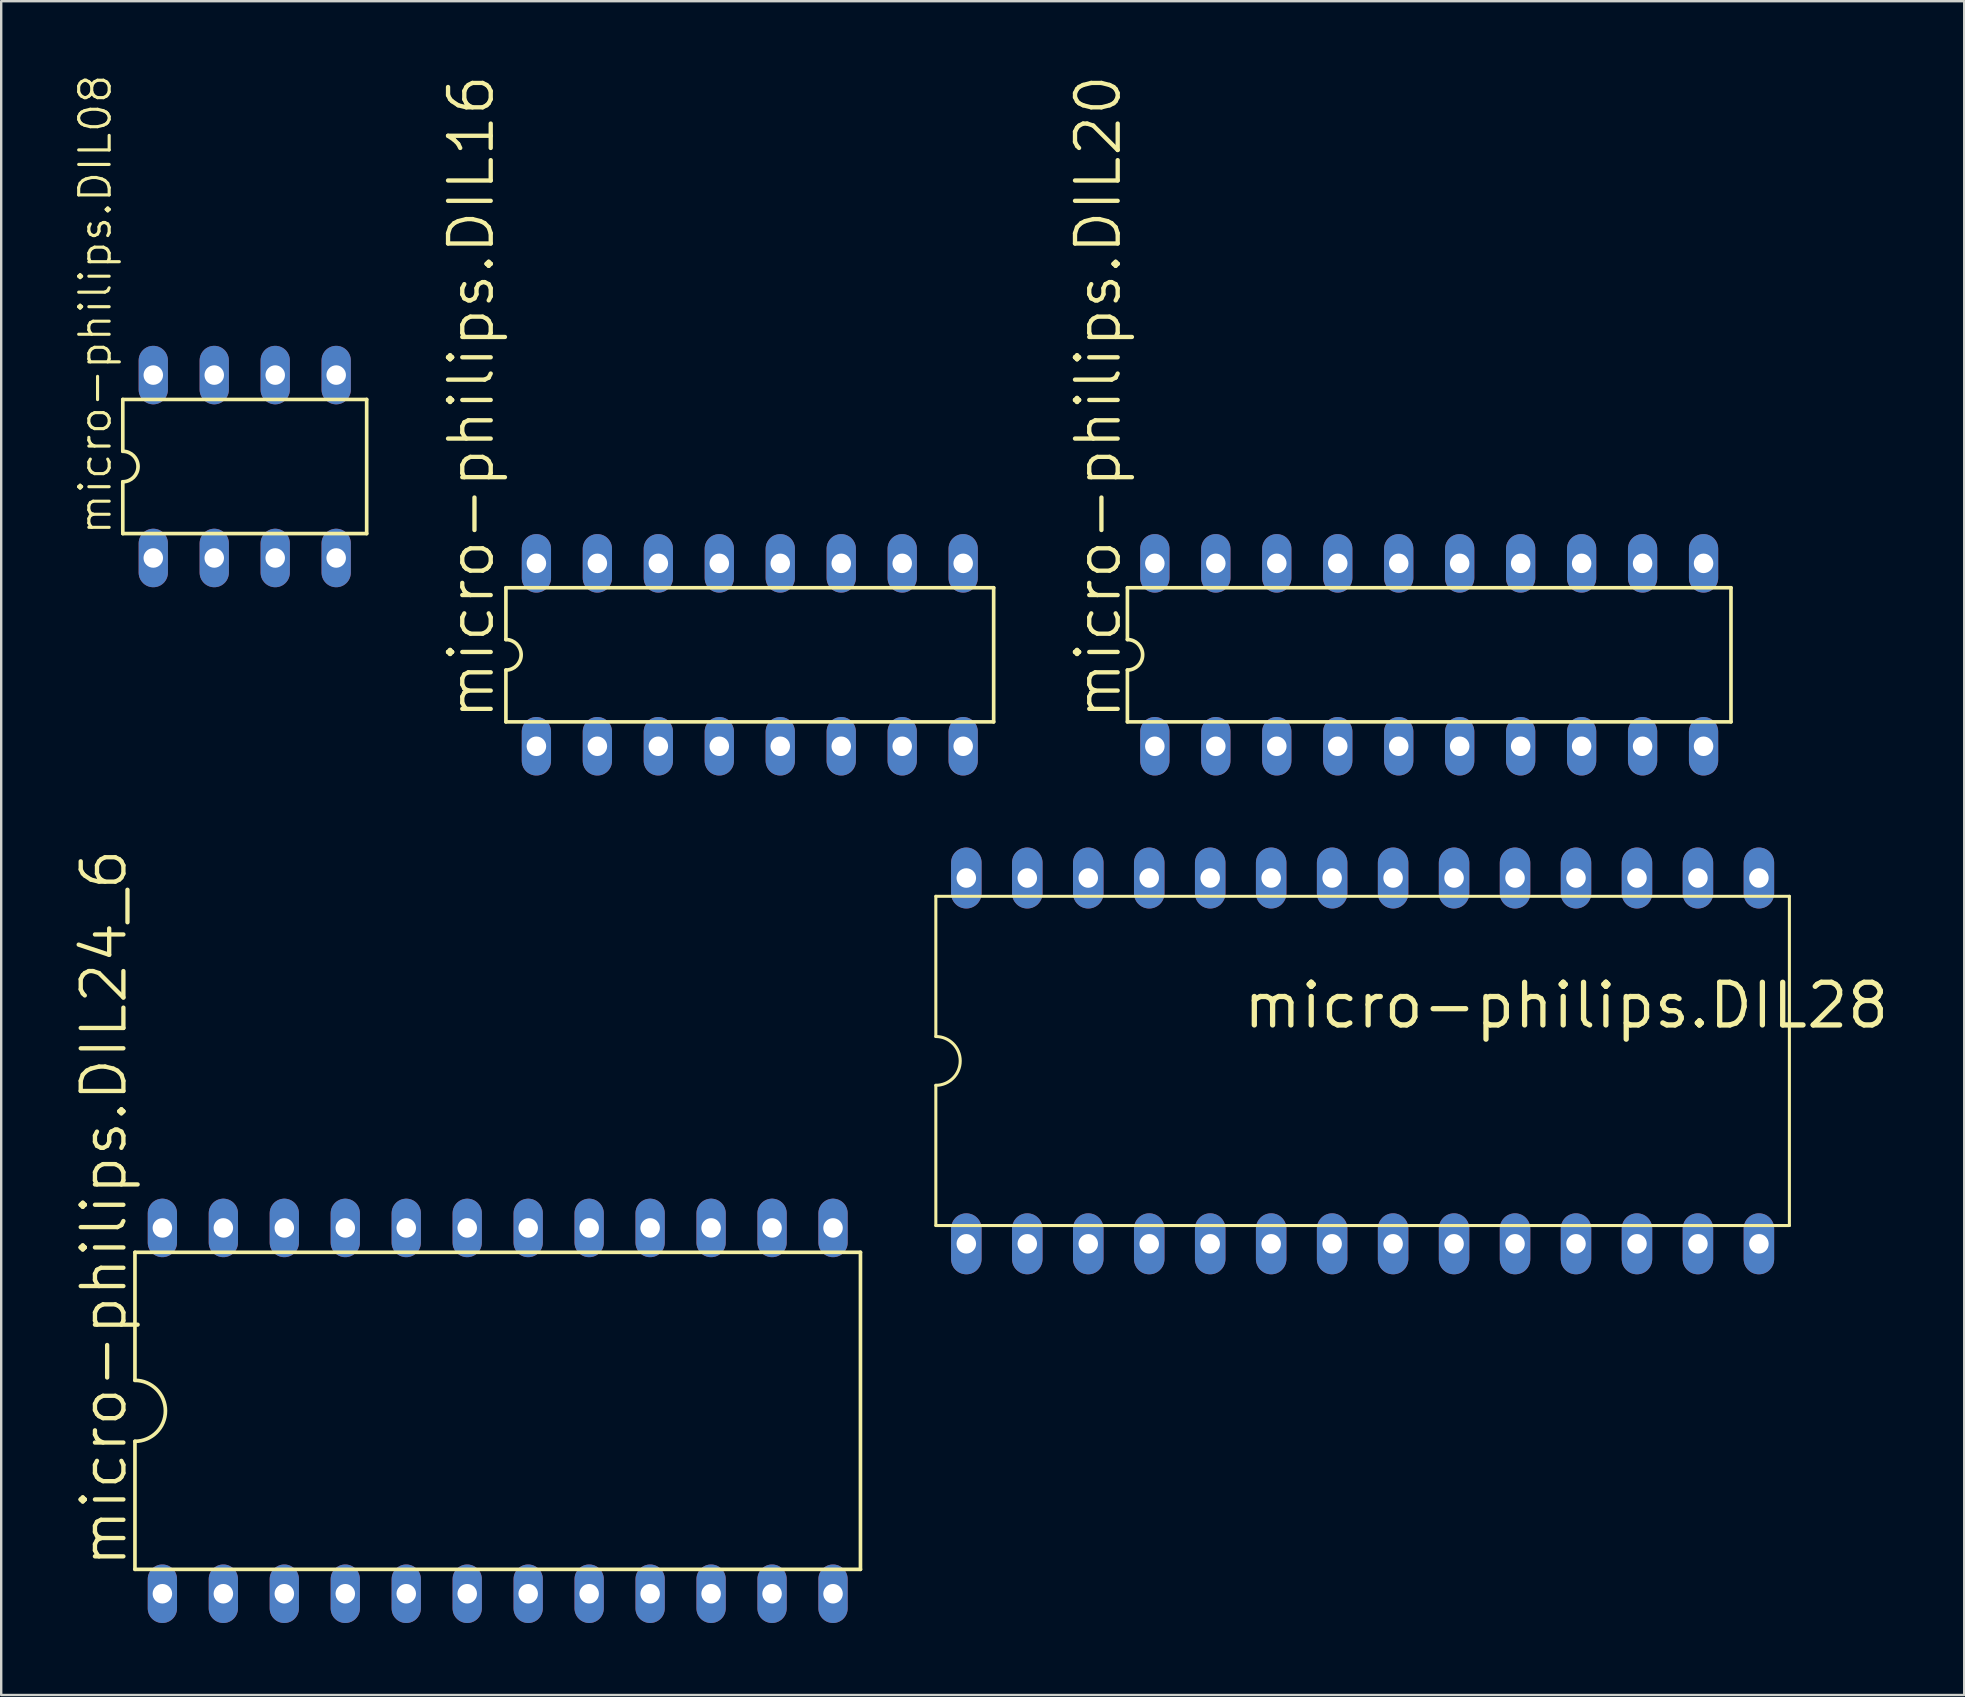
<source format=kicad_pcb>
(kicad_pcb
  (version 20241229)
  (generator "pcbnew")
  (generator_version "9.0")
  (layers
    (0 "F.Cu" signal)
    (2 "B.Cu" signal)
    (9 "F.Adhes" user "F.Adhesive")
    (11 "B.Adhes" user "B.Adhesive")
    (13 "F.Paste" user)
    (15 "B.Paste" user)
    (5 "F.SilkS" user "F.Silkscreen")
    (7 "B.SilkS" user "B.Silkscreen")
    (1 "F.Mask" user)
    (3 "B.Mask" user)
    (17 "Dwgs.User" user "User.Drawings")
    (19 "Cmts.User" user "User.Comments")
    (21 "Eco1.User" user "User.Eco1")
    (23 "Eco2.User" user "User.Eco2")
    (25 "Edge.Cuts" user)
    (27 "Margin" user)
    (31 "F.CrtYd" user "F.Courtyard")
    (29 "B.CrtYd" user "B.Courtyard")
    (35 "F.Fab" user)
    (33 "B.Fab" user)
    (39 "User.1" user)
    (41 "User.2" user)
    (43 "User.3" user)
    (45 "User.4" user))
  (footprint "micro-philips.DIL20"
    (layer "F.Cu")
    (at 56.492 24.23)
    (property "Reference" "micro-philips.DIL20" (at -12.751 2.794 90) (layer "F.SilkS") (effects (font (size 1.778 1.778) (thickness 0.18)) (justify left bottom)))
    (attr through_hole)
    (fp_line (start -12.573 -2.794) (end -12.573 -0.635) (stroke (width 0.152) (type default)) (layer "F.SilkS"))
    (fp_line (start -12.573 -2.794) (end 12.573 -2.794) (stroke (width 0.152) (type default)) (layer "F.SilkS"))
    (fp_line (start -12.573 0.635) (end -12.573 2.794) (stroke (width 0.152) (type default)) (layer "F.SilkS"))
    (fp_line (start 12.573 2.794) (end -12.573 2.794) (stroke (width 0.152) (type default)) (layer "F.SilkS"))
    (fp_line (start 12.573 2.794) (end 12.573 -2.794) (stroke (width 0.152) (type default)) (layer "F.SilkS"))
    (fp_arc (start -12.573 -0.635) (mid -11.938 0) (end -12.573 0.635) (stroke (width 0.1524) (type default)) (layer "F.SilkS"))
    (pad "1" thru_hole oval (at -11.43 3.81 90) (size 2.438 1.219) (drill 0.813) (layers "*.Cu" "*.Mask"))
    (pad "2" thru_hole oval (at -8.89 3.81 90) (size 2.438 1.219) (drill 0.813) (layers "*.Cu" "*.Mask"))
    (pad "3" thru_hole oval (at -6.35 3.81 90) (size 2.438 1.219) (drill 0.813) (layers "*.Cu" "*.Mask"))
    (pad "4" thru_hole oval (at -3.81 3.81 90) (size 2.438 1.219) (drill 0.813) (layers "*.Cu" "*.Mask"))
    (pad "5" thru_hole oval (at -1.27 3.81 90) (size 2.438 1.219) (drill 0.813) (layers "*.Cu" "*.Mask"))
    (pad "6" thru_hole oval (at 1.27 3.81 90) (size 2.438 1.219) (drill 0.813) (layers "*.Cu" "*.Mask"))
    (pad "7" thru_hole oval (at 3.81 3.81 90) (size 2.438 1.219) (drill 0.813) (layers "*.Cu" "*.Mask"))
    (pad "8" thru_hole oval (at 6.35 3.81 90) (size 2.438 1.219) (drill 0.813) (layers "*.Cu" "*.Mask"))
    (pad "9" thru_hole oval (at 8.89 3.81 90) (size 2.438 1.219) (drill 0.813) (layers "*.Cu" "*.Mask"))
    (pad "10" thru_hole oval (at 11.43 3.81 90) (size 2.438 1.219) (drill 0.813) (layers "*.Cu" "*.Mask"))
    (pad "11" thru_hole oval (at 11.43 -3.81 90) (size 2.438 1.219) (drill 0.813) (layers "*.Cu" "*.Mask"))
    (pad "12" thru_hole oval (at 8.89 -3.81 90) (size 2.438 1.219) (drill 0.813) (layers "*.Cu" "*.Mask"))
    (pad "13" thru_hole oval (at 6.35 -3.81 90) (size 2.438 1.219) (drill 0.813) (layers "*.Cu" "*.Mask"))
    (pad "14" thru_hole oval (at 3.81 -3.81 90) (size 2.438 1.219) (drill 0.813) (layers "*.Cu" "*.Mask"))
    (pad "15" thru_hole oval (at 1.27 -3.81 90) (size 2.438 1.219) (drill 0.813) (layers "*.Cu" "*.Mask"))
    (pad "16" thru_hole oval (at -1.27 -3.81 90) (size 2.438 1.219) (drill 0.813) (layers "*.Cu" "*.Mask"))
    (pad "17" thru_hole oval (at -3.81 -3.81 90) (size 2.438 1.219) (drill 0.813) (layers "*.Cu" "*.Mask"))
    (pad "18" thru_hole oval (at -6.35 -3.81 90) (size 2.438 1.219) (drill 0.813) (layers "*.Cu" "*.Mask"))
    (pad "19" thru_hole oval (at -8.89 -3.81 90) (size 2.438 1.219) (drill 0.813) (layers "*.Cu" "*.Mask"))
    (pad "20" thru_hole oval (at -11.43 -3.81 90) (size 2.438 1.219) (drill 0.813) (layers "*.Cu" "*.Mask")))
  (footprint "micro-philips.DIL28"
    (layer "F.Cu")
    (at 53.718 41.149)
    (property "Reference" "micro-philips.DIL28" (at -5.08 -1.27 0) (layer "F.SilkS") (effects (font (size 1.778 1.778) (thickness 0.22)) (justify left bottom)))
    (attr through_hole)
    (fp_line (start -17.78 -6.858) (end -17.78 -1.016) (stroke (width 0.127) (type default)) (layer "F.SilkS"))
    (fp_line (start -17.78 6.858) (end -17.78 1.016) (stroke (width 0.127) (type default)) (layer "F.SilkS"))
    (fp_line (start -17.78 6.858) (end 17.78 6.858) (stroke (width 0.127) (type default)) (layer "F.SilkS"))
    (fp_line (start 17.78 -6.858) (end -17.78 -6.858) (stroke (width 0.127) (type default)) (layer "F.SilkS"))
    (fp_line (start 17.78 -6.858) (end 17.78 6.858) (stroke (width 0.127) (type default)) (layer "F.SilkS"))
    (fp_arc (start -17.78 -1.016) (mid -16.764 0) (end -17.78 1.016) (stroke (width 0.127) (type default)) (layer "F.SilkS"))
    (pad "1" thru_hole oval (at -16.51 7.62 90) (size 2.54 1.27) (drill 0.813) (layers "*.Cu" "*.Mask"))
    (pad "2" thru_hole oval (at -13.97 7.62 90) (size 2.54 1.27) (drill 0.813) (layers "*.Cu" "*.Mask"))
    (pad "3" thru_hole oval (at -11.43 7.62 90) (size 2.54 1.27) (drill 0.813) (layers "*.Cu" "*.Mask"))
    (pad "4" thru_hole oval (at -8.89 7.62 90) (size 2.54 1.27) (drill 0.813) (layers "*.Cu" "*.Mask"))
    (pad "5" thru_hole oval (at -6.35 7.62 90) (size 2.54 1.27) (drill 0.813) (layers "*.Cu" "*.Mask"))
    (pad "6" thru_hole oval (at -3.81 7.62 90) (size 2.54 1.27) (drill 0.813) (layers "*.Cu" "*.Mask"))
    (pad "7" thru_hole oval (at -1.27 7.62 90) (size 2.54 1.27) (drill 0.813) (layers "*.Cu" "*.Mask"))
    (pad "8" thru_hole oval (at 1.27 7.62 90) (size 2.54 1.27) (drill 0.813) (layers "*.Cu" "*.Mask"))
    (pad "9" thru_hole oval (at 3.81 7.62 90) (size 2.54 1.27) (drill 0.813) (layers "*.Cu" "*.Mask"))
    (pad "10" thru_hole oval (at 6.35 7.62 90) (size 2.54 1.27) (drill 0.813) (layers "*.Cu" "*.Mask"))
    (pad "11" thru_hole oval (at 8.89 7.62 90) (size 2.54 1.27) (drill 0.813) (layers "*.Cu" "*.Mask"))
    (pad "12" thru_hole oval (at 11.43 7.62 90) (size 2.54 1.27) (drill 0.813) (layers "*.Cu" "*.Mask"))
    (pad "13" thru_hole oval (at 13.97 7.62 90) (size 2.54 1.27) (drill 0.813) (layers "*.Cu" "*.Mask"))
    (pad "14" thru_hole oval (at 16.51 7.62 90) (size 2.54 1.27) (drill 0.813) (layers "*.Cu" "*.Mask"))
    (pad "15" thru_hole oval (at 16.51 -7.62 90) (size 2.54 1.27) (drill 0.813) (layers "*.Cu" "*.Mask"))
    (pad "16" thru_hole oval (at 13.97 -7.62 90) (size 2.54 1.27) (drill 0.813) (layers "*.Cu" "*.Mask"))
    (pad "17" thru_hole oval (at 11.43 -7.62 90) (size 2.54 1.27) (drill 0.813) (layers "*.Cu" "*.Mask"))
    (pad "18" thru_hole oval (at 8.89 -7.62 90) (size 2.54 1.27) (drill 0.813) (layers "*.Cu" "*.Mask"))
    (pad "19" thru_hole oval (at 6.35 -7.62 90) (size 2.54 1.27) (drill 0.813) (layers "*.Cu" "*.Mask"))
    (pad "20" thru_hole oval (at 3.81 -7.62 90) (size 2.54 1.27) (drill 0.813) (layers "*.Cu" "*.Mask"))
    (pad "21" thru_hole oval (at 1.27 -7.62 90) (size 2.54 1.27) (drill 0.813) (layers "*.Cu" "*.Mask"))
    (pad "22" thru_hole oval (at -1.27 -7.62 90) (size 2.54 1.27) (drill 0.813) (layers "*.Cu" "*.Mask"))
    (pad "23" thru_hole oval (at -3.81 -7.62 90) (size 2.54 1.27) (drill 0.813) (layers "*.Cu" "*.Mask"))
    (pad "24" thru_hole oval (at -6.35 -7.62 90) (size 2.54 1.27) (drill 0.813) (layers "*.Cu" "*.Mask"))
    (pad "25" thru_hole oval (at -8.89 -7.62 90) (size 2.54 1.27) (drill 0.813) (layers "*.Cu" "*.Mask"))
    (pad "26" thru_hole oval (at -11.43 -7.62 90) (size 2.54 1.27) (drill 0.813) (layers "*.Cu" "*.Mask"))
    (pad "27" thru_hole oval (at -13.97 -7.62 90) (size 2.54 1.27) (drill 0.813) (layers "*.Cu" "*.Mask"))
    (pad "28" thru_hole oval (at -16.51 -7.62 90) (size 2.54 1.27) (drill 0.813) (layers "*.Cu" "*.Mask")))
  (footprint "micro-philips.DIL24_6"
    (layer "F.Cu")
    (at 17.685 55.727)
    (property "Reference" "micro-philips.DIL24_6" (at -15.367 6.604 90) (layer "F.SilkS") (effects (font (size 1.778 1.778) (thickness 0.18)) (justify left bottom)))
    (attr through_hole)
    (fp_line (start -15.113 -6.604) (end -15.113 -1.27) (stroke (width 0.152) (type default)) (layer "F.SilkS"))
    (fp_line (start -15.113 -6.604) (end 15.113 -6.604) (stroke (width 0.152) (type default)) (layer "F.SilkS"))
    (fp_line (start -15.113 1.27) (end -15.113 6.604) (stroke (width 0.152) (type default)) (layer "F.SilkS"))
    (fp_line (start -15.113 6.604) (end 15.113 6.604) (stroke (width 0.152) (type default)) (layer "F.SilkS"))
    (fp_line (start 15.113 6.604) (end 15.113 -6.604) (stroke (width 0.152) (type default)) (layer "F.SilkS"))
    (fp_arc (start -15.113 -1.27) (mid -13.843 0) (end -15.113 1.27) (stroke (width 0.1524) (type default)) (layer "F.SilkS"))
    (pad "1" thru_hole oval (at -13.97 7.62 90) (size 2.438 1.219) (drill 0.813) (layers "*.Cu" "*.Mask"))
    (pad "2" thru_hole oval (at -11.43 7.62 90) (size 2.438 1.219) (drill 0.813) (layers "*.Cu" "*.Mask"))
    (pad "3" thru_hole oval (at -8.89 7.62 90) (size 2.438 1.219) (drill 0.813) (layers "*.Cu" "*.Mask"))
    (pad "4" thru_hole oval (at -6.35 7.62 90) (size 2.438 1.219) (drill 0.813) (layers "*.Cu" "*.Mask"))
    (pad "5" thru_hole oval (at -3.81 7.62 90) (size 2.438 1.219) (drill 0.813) (layers "*.Cu" "*.Mask"))
    (pad "6" thru_hole oval (at -1.27 7.62 90) (size 2.438 1.219) (drill 0.813) (layers "*.Cu" "*.Mask"))
    (pad "7" thru_hole oval (at 1.27 7.62 90) (size 2.438 1.219) (drill 0.813) (layers "*.Cu" "*.Mask"))
    (pad "8" thru_hole oval (at 3.81 7.62 90) (size 2.438 1.219) (drill 0.813) (layers "*.Cu" "*.Mask"))
    (pad "9" thru_hole oval (at 6.35 7.62 90) (size 2.438 1.219) (drill 0.813) (layers "*.Cu" "*.Mask"))
    (pad "10" thru_hole oval (at 8.89 7.62 90) (size 2.438 1.219) (drill 0.813) (layers "*.Cu" "*.Mask"))
    (pad "11" thru_hole oval (at 11.43 7.62 90) (size 2.438 1.219) (drill 0.813) (layers "*.Cu" "*.Mask"))
    (pad "12" thru_hole oval (at 13.97 7.62 90) (size 2.438 1.219) (drill 0.813) (layers "*.Cu" "*.Mask"))
    (pad "13" thru_hole oval (at 13.97 -7.62 90) (size 2.438 1.219) (drill 0.813) (layers "*.Cu" "*.Mask"))
    (pad "14" thru_hole oval (at 11.43 -7.62 90) (size 2.438 1.219) (drill 0.813) (layers "*.Cu" "*.Mask"))
    (pad "15" thru_hole oval (at 8.89 -7.62 90) (size 2.438 1.219) (drill 0.813) (layers "*.Cu" "*.Mask"))
    (pad "16" thru_hole oval (at 6.35 -7.62 90) (size 2.438 1.219) (drill 0.813) (layers "*.Cu" "*.Mask"))
    (pad "17" thru_hole oval (at 3.81 -7.62 90) (size 2.438 1.219) (drill 0.813) (layers "*.Cu" "*.Mask"))
    (pad "18" thru_hole oval (at 1.27 -7.62 90) (size 2.438 1.219) (drill 0.813) (layers "*.Cu" "*.Mask"))
    (pad "19" thru_hole oval (at -1.27 -7.62 90) (size 2.438 1.219) (drill 0.813) (layers "*.Cu" "*.Mask"))
    (pad "20" thru_hole oval (at -3.81 -7.62 90) (size 2.438 1.219) (drill 0.813) (layers "*.Cu" "*.Mask"))
    (pad "21" thru_hole oval (at -6.35 -7.62 90) (size 2.438 1.219) (drill 0.813) (layers "*.Cu" "*.Mask"))
    (pad "22" thru_hole oval (at -8.89 -7.62 90) (size 2.438 1.219) (drill 0.813) (layers "*.Cu" "*.Mask"))
    (pad "23" thru_hole oval (at -11.43 -7.62 90) (size 2.438 1.219) (drill 0.813) (layers "*.Cu" "*.Mask"))
    (pad "24" thru_hole oval (at -13.97 -7.62 90) (size 2.438 1.219) (drill 0.813) (layers "*.Cu" "*.Mask")))
  (footprint "micro-philips.DIL16"
    (layer "F.Cu")
    (at 28.187 24.23)
    (property "Reference" "micro-philips.DIL16" (at -10.566 2.794 90) (layer "F.SilkS") (effects (font (size 1.778 1.778) (thickness 0.18)) (justify left bottom)))
    (attr through_hole)
    (fp_line (start -10.16 -2.794) (end -10.16 -0.635) (stroke (width 0.152) (type default)) (layer "F.SilkS"))
    (fp_line (start -10.16 0.635) (end -10.16 2.794) (stroke (width 0.152) (type default)) (layer "F.SilkS"))
    (fp_line (start -10.16 2.794) (end 10.16 2.794) (stroke (width 0.152) (type default)) (layer "F.SilkS"))
    (fp_line (start 10.16 -2.794) (end -10.16 -2.794) (stroke (width 0.152) (type default)) (layer "F.SilkS"))
    (fp_line (start 10.16 2.794) (end 10.16 -2.794) (stroke (width 0.152) (type default)) (layer "F.SilkS"))
    (fp_arc (start -10.16 -0.635) (mid -9.525 0) (end -10.16 0.635) (stroke (width 0.1524) (type default)) (layer "F.SilkS"))
    (pad "1" thru_hole oval (at -8.89 3.81 90) (size 2.438 1.219) (drill 0.813) (layers "*.Cu" "*.Mask"))
    (pad "2" thru_hole oval (at -6.35 3.81 90) (size 2.438 1.219) (drill 0.813) (layers "*.Cu" "*.Mask"))
    (pad "3" thru_hole oval (at -3.81 3.81 90) (size 2.438 1.219) (drill 0.813) (layers "*.Cu" "*.Mask"))
    (pad "4" thru_hole oval (at -1.27 3.81 90) (size 2.438 1.219) (drill 0.813) (layers "*.Cu" "*.Mask"))
    (pad "5" thru_hole oval (at 1.27 3.81 90) (size 2.438 1.219) (drill 0.813) (layers "*.Cu" "*.Mask"))
    (pad "6" thru_hole oval (at 3.81 3.81 90) (size 2.438 1.219) (drill 0.813) (layers "*.Cu" "*.Mask"))
    (pad "7" thru_hole oval (at 6.35 3.81 90) (size 2.438 1.219) (drill 0.813) (layers "*.Cu" "*.Mask"))
    (pad "8" thru_hole oval (at 8.89 3.81 90) (size 2.438 1.219) (drill 0.813) (layers "*.Cu" "*.Mask"))
    (pad "9" thru_hole oval (at 8.89 -3.81 90) (size 2.438 1.219) (drill 0.813) (layers "*.Cu" "*.Mask"))
    (pad "10" thru_hole oval (at 6.35 -3.81 90) (size 2.438 1.219) (drill 0.813) (layers "*.Cu" "*.Mask"))
    (pad "11" thru_hole oval (at 3.81 -3.81 90) (size 2.438 1.219) (drill 0.813) (layers "*.Cu" "*.Mask"))
    (pad "12" thru_hole oval (at 1.27 -3.81 90) (size 2.438 1.219) (drill 0.813) (layers "*.Cu" "*.Mask"))
    (pad "13" thru_hole oval (at -1.27 -3.81 90) (size 2.438 1.219) (drill 0.813) (layers "*.Cu" "*.Mask"))
    (pad "14" thru_hole oval (at -3.81 -3.81 90) (size 2.438 1.219) (drill 0.813) (layers "*.Cu" "*.Mask"))
    (pad "15" thru_hole oval (at -6.35 -3.81 90) (size 2.438 1.219) (drill 0.813) (layers "*.Cu" "*.Mask"))
    (pad "16" thru_hole oval (at -8.89 -3.81 90) (size 2.438 1.219) (drill 0.813) (layers "*.Cu" "*.Mask")))
  (footprint "micro-philips.DIL08"
    (layer "F.Cu")
    (at 7.146 16.386)
    (property "Reference" "micro-philips.DIL08" (at -5.486 2.921 90) (layer "F.SilkS") (effects (font (size 1.27 1.27) (thickness 0.13)) (justify left bottom)))
    (attr through_hole)
    (fp_line (start -5.08 -2.794) (end -5.08 -0.635) (stroke (width 0.152) (type default)) (layer "F.SilkS"))
    (fp_line (start -5.08 0.635) (end -5.08 2.794) (stroke (width 0.152) (type default)) (layer "F.SilkS"))
    (fp_line (start -5.08 2.794) (end 5.08 2.794) (stroke (width 0.152) (type default)) (layer "F.SilkS"))
    (fp_line (start 5.08 -2.794) (end -5.08 -2.794) (stroke (width 0.152) (type default)) (layer "F.SilkS"))
    (fp_line (start 5.08 2.794) (end 5.08 -2.794) (stroke (width 0.152) (type default)) (layer "F.SilkS"))
    (fp_arc (start -5.08 -0.635) (mid -4.445 0) (end -5.08 0.635) (stroke (width 0.1524) (type default)) (layer "F.SilkS"))
    (pad "1" thru_hole oval (at -3.81 3.81 90) (size 2.438 1.219) (drill 0.813) (layers "*.Cu" "*.Mask"))
    (pad "2" thru_hole oval (at -1.27 3.81 90) (size 2.438 1.219) (drill 0.813) (layers "*.Cu" "*.Mask"))
    (pad "3" thru_hole oval (at 1.27 3.81 90) (size 2.438 1.219) (drill 0.813) (layers "*.Cu" "*.Mask"))
    (pad "4" thru_hole oval (at 3.81 3.81 90) (size 2.438 1.219) (drill 0.813) (layers "*.Cu" "*.Mask"))
    (pad "5" thru_hole oval (at 3.81 -3.81 90) (size 2.438 1.219) (drill 0.813) (layers "*.Cu" "*.Mask"))
    (pad "6" thru_hole oval (at 1.27 -3.81 90) (size 2.438 1.219) (drill 0.813) (layers "*.Cu" "*.Mask"))
    (pad "7" thru_hole oval (at -1.27 -3.81 90) (size 2.438 1.219) (drill 0.813) (layers "*.Cu" "*.Mask"))
    (pad "8" thru_hole oval (at -3.81 -3.81 90) (size 2.438 1.219) (drill 0.813) (layers "*.Cu" "*.Mask")))
  (gr_rect
    (start -3 -3)
    (end 78.781 67.566)
    (stroke (width 0.1) (type default))
    (fill no)
    (layer "Edge.Cuts")))
</source>
